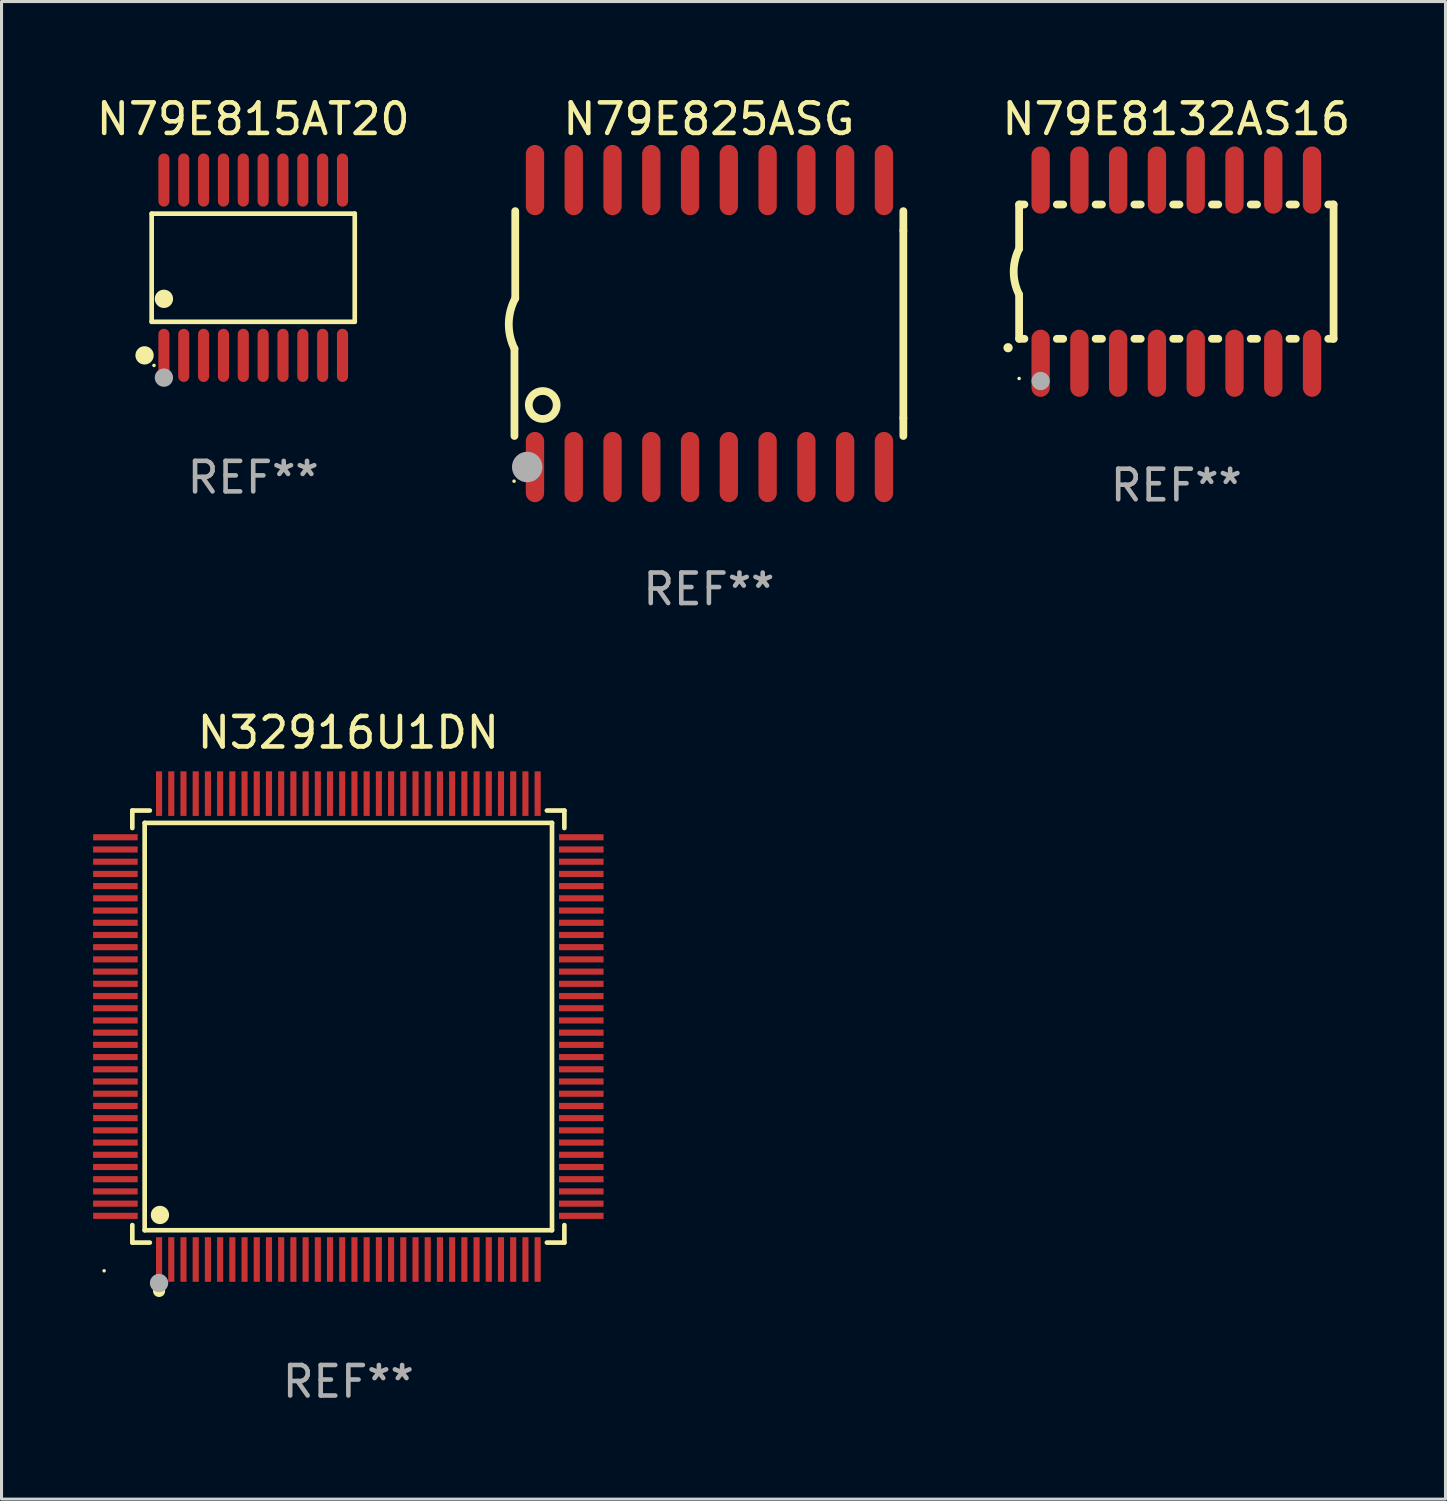
<source format=kicad_pcb>
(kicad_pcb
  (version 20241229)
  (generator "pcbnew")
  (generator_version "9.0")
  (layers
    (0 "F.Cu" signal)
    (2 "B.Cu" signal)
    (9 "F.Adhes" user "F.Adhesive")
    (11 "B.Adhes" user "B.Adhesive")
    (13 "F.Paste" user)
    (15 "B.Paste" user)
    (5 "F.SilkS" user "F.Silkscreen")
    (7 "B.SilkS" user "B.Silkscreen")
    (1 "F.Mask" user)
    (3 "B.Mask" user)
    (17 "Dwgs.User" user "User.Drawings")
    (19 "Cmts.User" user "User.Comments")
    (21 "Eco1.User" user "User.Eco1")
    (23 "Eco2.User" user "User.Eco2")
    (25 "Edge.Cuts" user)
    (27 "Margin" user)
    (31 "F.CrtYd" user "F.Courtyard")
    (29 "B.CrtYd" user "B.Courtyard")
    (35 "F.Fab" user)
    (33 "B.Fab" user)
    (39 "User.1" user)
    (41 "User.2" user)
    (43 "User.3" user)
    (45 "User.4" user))
  (footprint "N32916U1DN"
    (layer "F.Cu")
    (at 8.36 30.575)
    (property "Reference" "N32916U1DN" (at 0 -9.63 0) (layer "F.SilkS") (effects (font (size 1 1) (thickness 0.15))))
    (attr through_hole)
    (fp_line (start -7.076 -7.076) (end -6.503 -7.076) (stroke (width 0.152) (type solid)) (layer "F.SilkS"))
    (fp_line (start -7.076 -6.503) (end -7.076 -7.076) (stroke (width 0.152) (type solid)) (layer "F.SilkS"))
    (fp_line (start -7.076 6.503) (end -7.076 7.076) (stroke (width 0.152) (type solid)) (layer "F.SilkS"))
    (fp_line (start -7.076 7.076) (end -6.503 7.076) (stroke (width 0.152) (type solid)) (layer "F.SilkS"))
    (fp_line (start -6.671 -6.671) (end 6.671 -6.671) (stroke (width 0.152) (type solid)) (layer "F.SilkS"))
    (fp_line (start -6.671 6.671) (end -6.671 -6.671) (stroke (width 0.152) (type solid)) (layer "F.SilkS"))
    (fp_line (start 6.671 -6.671) (end 6.671 6.671) (stroke (width 0.152) (type solid)) (layer "F.SilkS"))
    (fp_line (start 6.671 6.671) (end -6.671 6.671) (stroke (width 0.152) (type solid)) (layer "F.SilkS"))
    (fp_line (start 7.076 -7.076) (end 6.503 -7.076) (stroke (width 0.152) (type solid)) (layer "F.SilkS"))
    (fp_line (start 7.076 -6.503) (end 7.076 -7.076) (stroke (width 0.152) (type solid)) (layer "F.SilkS"))
    (fp_line (start 7.076 6.503) (end 7.076 7.076) (stroke (width 0.152) (type solid)) (layer "F.SilkS"))
    (fp_line (start 7.076 7.076) (end 6.503 7.076) (stroke (width 0.152) (type solid)) (layer "F.SilkS"))
    (fp_circle (center -8 8) (end -7.97 8) (stroke (width 0.06) (type solid)) (fill no) (layer "F.SilkS"))
    (fp_circle (center -6.2 8.66) (end -6.1 8.66) (stroke (width 0.2) (type solid)) (fill no) (layer "F.SilkS"))
    (fp_circle (center -6.171 6.171) (end -6.021 6.171) (stroke (width 0.3) (type solid)) (fill no) (layer "F.SilkS"))
    (fp_circle (center -6.2 8.4) (end -6.05 8.4) (stroke (width 0.3) (type solid)) (fill no) (layer "F.Fab"))
    (fp_text user "REF**" (at 0 11.63 0) (layer "F.Fab") (effects (font (size 1 1) (thickness 0.15))))
    (pad "1" smd rect (at -6.2 7.63) (size 0.2 1.46) (layers "F.Cu" "F.Mask" "F.Paste"))
    (pad "2" smd rect (at -5.8 7.63) (size 0.2 1.46) (layers "F.Cu" "F.Mask" "F.Paste"))
    (pad "3" smd rect (at -5.4 7.63) (size 0.2 1.46) (layers "F.Cu" "F.Mask" "F.Paste"))
    (pad "4" smd rect (at -5 7.63) (size 0.2 1.46) (layers "F.Cu" "F.Mask" "F.Paste"))
    (pad "5" smd rect (at -4.6 7.63) (size 0.2 1.46) (layers "F.Cu" "F.Mask" "F.Paste"))
    (pad "6" smd rect (at -4.2 7.63) (size 0.2 1.46) (layers "F.Cu" "F.Mask" "F.Paste"))
    (pad "7" smd rect (at -3.8 7.63) (size 0.2 1.46) (layers "F.Cu" "F.Mask" "F.Paste"))
    (pad "8" smd rect (at -3.4 7.63) (size 0.2 1.46) (layers "F.Cu" "F.Mask" "F.Paste"))
    (pad "9" smd rect (at -3 7.63) (size 0.2 1.46) (layers "F.Cu" "F.Mask" "F.Paste"))
    (pad "10" smd rect (at -2.6 7.63) (size 0.2 1.46) (layers "F.Cu" "F.Mask" "F.Paste"))
    (pad "11" smd rect (at -2.2 7.63) (size 0.2 1.46) (layers "F.Cu" "F.Mask" "F.Paste"))
    (pad "12" smd rect (at -1.8 7.63) (size 0.2 1.46) (layers "F.Cu" "F.Mask" "F.Paste"))
    (pad "13" smd rect (at -1.4 7.63) (size 0.2 1.46) (layers "F.Cu" "F.Mask" "F.Paste"))
    (pad "14" smd rect (at -1 7.63) (size 0.2 1.46) (layers "F.Cu" "F.Mask" "F.Paste"))
    (pad "15" smd rect (at -0.6 7.63) (size 0.2 1.46) (layers "F.Cu" "F.Mask" "F.Paste"))
    (pad "16" smd rect (at -0.2 7.63) (size 0.2 1.46) (layers "F.Cu" "F.Mask" "F.Paste"))
    (pad "17" smd rect (at 0.2 7.63) (size 0.2 1.46) (layers "F.Cu" "F.Mask" "F.Paste"))
    (pad "18" smd rect (at 0.6 7.63) (size 0.2 1.46) (layers "F.Cu" "F.Mask" "F.Paste"))
    (pad "19" smd rect (at 1 7.63) (size 0.2 1.46) (layers "F.Cu" "F.Mask" "F.Paste"))
    (pad "20" smd rect (at 1.4 7.63) (size 0.2 1.46) (layers "F.Cu" "F.Mask" "F.Paste"))
    (pad "21" smd rect (at 1.8 7.63) (size 0.2 1.46) (layers "F.Cu" "F.Mask" "F.Paste"))
    (pad "22" smd rect (at 2.2 7.63) (size 0.2 1.46) (layers "F.Cu" "F.Mask" "F.Paste"))
    (pad "23" smd rect (at 2.6 7.63) (size 0.2 1.46) (layers "F.Cu" "F.Mask" "F.Paste"))
    (pad "24" smd rect (at 3 7.63) (size 0.2 1.46) (layers "F.Cu" "F.Mask" "F.Paste"))
    (pad "25" smd rect (at 3.4 7.63) (size 0.2 1.46) (layers "F.Cu" "F.Mask" "F.Paste"))
    (pad "26" smd rect (at 3.8 7.63) (size 0.2 1.46) (layers "F.Cu" "F.Mask" "F.Paste"))
    (pad "27" smd rect (at 4.2 7.63) (size 0.2 1.46) (layers "F.Cu" "F.Mask" "F.Paste"))
    (pad "28" smd rect (at 4.6 7.63) (size 0.2 1.46) (layers "F.Cu" "F.Mask" "F.Paste"))
    (pad "29" smd rect (at 5 7.63) (size 0.2 1.46) (layers "F.Cu" "F.Mask" "F.Paste"))
    (pad "30" smd rect (at 5.4 7.63) (size 0.2 1.46) (layers "F.Cu" "F.Mask" "F.Paste"))
    (pad "31" smd rect (at 5.8 7.63) (size 0.2 1.46) (layers "F.Cu" "F.Mask" "F.Paste"))
    (pad "32" smd rect (at 6.2 7.63) (size 0.2 1.46) (layers "F.Cu" "F.Mask" "F.Paste"))
    (pad "33" smd rect (at 7.63 6.2) (size 1.46 0.2) (layers "F.Cu" "F.Mask" "F.Paste"))
    (pad "34" smd rect (at 7.63 5.8) (size 1.46 0.2) (layers "F.Cu" "F.Mask" "F.Paste"))
    (pad "35" smd rect (at 7.63 5.4) (size 1.46 0.2) (layers "F.Cu" "F.Mask" "F.Paste"))
    (pad "36" smd rect (at 7.63 5) (size 1.46 0.2) (layers "F.Cu" "F.Mask" "F.Paste"))
    (pad "37" smd rect (at 7.63 4.6) (size 1.46 0.2) (layers "F.Cu" "F.Mask" "F.Paste"))
    (pad "38" smd rect (at 7.63 4.2) (size 1.46 0.2) (layers "F.Cu" "F.Mask" "F.Paste"))
    (pad "39" smd rect (at 7.63 3.8) (size 1.46 0.2) (layers "F.Cu" "F.Mask" "F.Paste"))
    (pad "40" smd rect (at 7.63 3.4) (size 1.46 0.2) (layers "F.Cu" "F.Mask" "F.Paste"))
    (pad "41" smd rect (at 7.63 3) (size 1.46 0.2) (layers "F.Cu" "F.Mask" "F.Paste"))
    (pad "42" smd rect (at 7.63 2.6) (size 1.46 0.2) (layers "F.Cu" "F.Mask" "F.Paste"))
    (pad "43" smd rect (at 7.63 2.2) (size 1.46 0.2) (layers "F.Cu" "F.Mask" "F.Paste"))
    (pad "44" smd rect (at 7.63 1.8) (size 1.46 0.2) (layers "F.Cu" "F.Mask" "F.Paste"))
    (pad "45" smd rect (at 7.63 1.4) (size 1.46 0.2) (layers "F.Cu" "F.Mask" "F.Paste"))
    (pad "46" smd rect (at 7.63 1) (size 1.46 0.2) (layers "F.Cu" "F.Mask" "F.Paste"))
    (pad "47" smd rect (at 7.63 0.6) (size 1.46 0.2) (layers "F.Cu" "F.Mask" "F.Paste"))
    (pad "48" smd rect (at 7.63 0.2) (size 1.46 0.2) (layers "F.Cu" "F.Mask" "F.Paste"))
    (pad "49" smd rect (at 7.63 -0.2) (size 1.46 0.2) (layers "F.Cu" "F.Mask" "F.Paste"))
    (pad "50" smd rect (at 7.63 -0.6) (size 1.46 0.2) (layers "F.Cu" "F.Mask" "F.Paste"))
    (pad "51" smd rect (at 7.63 -1) (size 1.46 0.2) (layers "F.Cu" "F.Mask" "F.Paste"))
    (pad "52" smd rect (at 7.63 -1.4) (size 1.46 0.2) (layers "F.Cu" "F.Mask" "F.Paste"))
    (pad "53" smd rect (at 7.63 -1.8) (size 1.46 0.2) (layers "F.Cu" "F.Mask" "F.Paste"))
    (pad "54" smd rect (at 7.63 -2.2) (size 1.46 0.2) (layers "F.Cu" "F.Mask" "F.Paste"))
    (pad "55" smd rect (at 7.63 -2.6) (size 1.46 0.2) (layers "F.Cu" "F.Mask" "F.Paste"))
    (pad "56" smd rect (at 7.63 -3) (size 1.46 0.2) (layers "F.Cu" "F.Mask" "F.Paste"))
    (pad "57" smd rect (at 7.63 -3.4) (size 1.46 0.2) (layers "F.Cu" "F.Mask" "F.Paste"))
    (pad "58" smd rect (at 7.63 -3.8) (size 1.46 0.2) (layers "F.Cu" "F.Mask" "F.Paste"))
    (pad "59" smd rect (at 7.63 -4.2) (size 1.46 0.2) (layers "F.Cu" "F.Mask" "F.Paste"))
    (pad "60" smd rect (at 7.63 -4.6) (size 1.46 0.2) (layers "F.Cu" "F.Mask" "F.Paste"))
    (pad "61" smd rect (at 7.63 -5) (size 1.46 0.2) (layers "F.Cu" "F.Mask" "F.Paste"))
    (pad "62" smd rect (at 7.63 -5.4) (size 1.46 0.2) (layers "F.Cu" "F.Mask" "F.Paste"))
    (pad "63" smd rect (at 7.63 -5.8) (size 1.46 0.2) (layers "F.Cu" "F.Mask" "F.Paste"))
    (pad "64" smd rect (at 7.63 -6.2) (size 1.46 0.2) (layers "F.Cu" "F.Mask" "F.Paste"))
    (pad "65" smd rect (at 6.2 -7.63) (size 0.2 1.46) (layers "F.Cu" "F.Mask" "F.Paste"))
    (pad "66" smd rect (at 5.8 -7.63) (size 0.2 1.46) (layers "F.Cu" "F.Mask" "F.Paste"))
    (pad "67" smd rect (at 5.4 -7.63) (size 0.2 1.46) (layers "F.Cu" "F.Mask" "F.Paste"))
    (pad "68" smd rect (at 5 -7.63) (size 0.2 1.46) (layers "F.Cu" "F.Mask" "F.Paste"))
    (pad "69" smd rect (at 4.6 -7.63) (size 0.2 1.46) (layers "F.Cu" "F.Mask" "F.Paste"))
    (pad "70" smd rect (at 4.2 -7.63) (size 0.2 1.46) (layers "F.Cu" "F.Mask" "F.Paste"))
    (pad "71" smd rect (at 3.8 -7.63) (size 0.2 1.46) (layers "F.Cu" "F.Mask" "F.Paste"))
    (pad "72" smd rect (at 3.4 -7.63) (size 0.2 1.46) (layers "F.Cu" "F.Mask" "F.Paste"))
    (pad "73" smd rect (at 3 -7.63) (size 0.2 1.46) (layers "F.Cu" "F.Mask" "F.Paste"))
    (pad "74" smd rect (at 2.6 -7.63) (size 0.2 1.46) (layers "F.Cu" "F.Mask" "F.Paste"))
    (pad "75" smd rect (at 2.2 -7.63) (size 0.2 1.46) (layers "F.Cu" "F.Mask" "F.Paste"))
    (pad "76" smd rect (at 1.8 -7.63) (size 0.2 1.46) (layers "F.Cu" "F.Mask" "F.Paste"))
    (pad "77" smd rect (at 1.4 -7.63) (size 0.2 1.46) (layers "F.Cu" "F.Mask" "F.Paste"))
    (pad "78" smd rect (at 1 -7.63) (size 0.2 1.46) (layers "F.Cu" "F.Mask" "F.Paste"))
    (pad "79" smd rect (at 0.6 -7.63) (size 0.2 1.46) (layers "F.Cu" "F.Mask" "F.Paste"))
    (pad "80" smd rect (at 0.2 -7.63) (size 0.2 1.46) (layers "F.Cu" "F.Mask" "F.Paste"))
    (pad "81" smd rect (at -0.2 -7.63) (size 0.2 1.46) (layers "F.Cu" "F.Mask" "F.Paste"))
    (pad "82" smd rect (at -0.6 -7.63) (size 0.2 1.46) (layers "F.Cu" "F.Mask" "F.Paste"))
    (pad "83" smd rect (at -1 -7.63) (size 0.2 1.46) (layers "F.Cu" "F.Mask" "F.Paste"))
    (pad "84" smd rect (at -1.4 -7.63) (size 0.2 1.46) (layers "F.Cu" "F.Mask" "F.Paste"))
    (pad "85" smd rect (at -1.8 -7.63) (size 0.2 1.46) (layers "F.Cu" "F.Mask" "F.Paste"))
    (pad "86" smd rect (at -2.2 -7.63) (size 0.2 1.46) (layers "F.Cu" "F.Mask" "F.Paste"))
    (pad "87" smd rect (at -2.6 -7.63) (size 0.2 1.46) (layers "F.Cu" "F.Mask" "F.Paste"))
    (pad "88" smd rect (at -3 -7.63) (size 0.2 1.46) (layers "F.Cu" "F.Mask" "F.Paste"))
    (pad "89" smd rect (at -3.4 -7.63) (size 0.2 1.46) (layers "F.Cu" "F.Mask" "F.Paste"))
    (pad "90" smd rect (at -3.8 -7.63) (size 0.2 1.46) (layers "F.Cu" "F.Mask" "F.Paste"))
    (pad "91" smd rect (at -4.2 -7.63) (size 0.2 1.46) (layers "F.Cu" "F.Mask" "F.Paste"))
    (pad "92" smd rect (at -4.6 -7.63) (size 0.2 1.46) (layers "F.Cu" "F.Mask" "F.Paste"))
    (pad "93" smd rect (at -5 -7.63) (size 0.2 1.46) (layers "F.Cu" "F.Mask" "F.Paste"))
    (pad "94" smd rect (at -5.4 -7.63) (size 0.2 1.46) (layers "F.Cu" "F.Mask" "F.Paste"))
    (pad "95" smd rect (at -5.8 -7.63) (size 0.2 1.46) (layers "F.Cu" "F.Mask" "F.Paste"))
    (pad "96" smd rect (at -6.2 -7.63) (size 0.2 1.46) (layers "F.Cu" "F.Mask" "F.Paste"))
    (pad "97" smd rect (at -7.63 -6.2) (size 1.46 0.2) (layers "F.Cu" "F.Mask" "F.Paste"))
    (pad "98" smd rect (at -7.63 -5.8) (size 1.46 0.2) (layers "F.Cu" "F.Mask" "F.Paste"))
    (pad "99" smd rect (at -7.63 -5.4) (size 1.46 0.2) (layers "F.Cu" "F.Mask" "F.Paste"))
    (pad "100" smd rect (at -7.63 -5) (size 1.46 0.2) (layers "F.Cu" "F.Mask" "F.Paste"))
    (pad "101" smd rect (at -7.63 -4.6) (size 1.46 0.2) (layers "F.Cu" "F.Mask" "F.Paste"))
    (pad "102" smd rect (at -7.63 -4.2) (size 1.46 0.2) (layers "F.Cu" "F.Mask" "F.Paste"))
    (pad "103" smd rect (at -7.63 -3.8) (size 1.46 0.2) (layers "F.Cu" "F.Mask" "F.Paste"))
    (pad "104" smd rect (at -7.63 -3.4) (size 1.46 0.2) (layers "F.Cu" "F.Mask" "F.Paste"))
    (pad "105" smd rect (at -7.63 -3) (size 1.46 0.2) (layers "F.Cu" "F.Mask" "F.Paste"))
    (pad "106" smd rect (at -7.63 -2.6) (size 1.46 0.2) (layers "F.Cu" "F.Mask" "F.Paste"))
    (pad "107" smd rect (at -7.63 -2.2) (size 1.46 0.2) (layers "F.Cu" "F.Mask" "F.Paste"))
    (pad "108" smd rect (at -7.63 -1.8) (size 1.46 0.2) (layers "F.Cu" "F.Mask" "F.Paste"))
    (pad "109" smd rect (at -7.63 -1.4) (size 1.46 0.2) (layers "F.Cu" "F.Mask" "F.Paste"))
    (pad "110" smd rect (at -7.63 -1) (size 1.46 0.2) (layers "F.Cu" "F.Mask" "F.Paste"))
    (pad "111" smd rect (at -7.63 -0.6) (size 1.46 0.2) (layers "F.Cu" "F.Mask" "F.Paste"))
    (pad "112" smd rect (at -7.63 -0.2) (size 1.46 0.2) (layers "F.Cu" "F.Mask" "F.Paste"))
    (pad "113" smd rect (at -7.63 0.2) (size 1.46 0.2) (layers "F.Cu" "F.Mask" "F.Paste"))
    (pad "114" smd rect (at -7.63 0.6) (size 1.46 0.2) (layers "F.Cu" "F.Mask" "F.Paste"))
    (pad "115" smd rect (at -7.63 1) (size 1.46 0.2) (layers "F.Cu" "F.Mask" "F.Paste"))
    (pad "116" smd rect (at -7.63 1.4) (size 1.46 0.2) (layers "F.Cu" "F.Mask" "F.Paste"))
    (pad "117" smd rect (at -7.63 1.8) (size 1.46 0.2) (layers "F.Cu" "F.Mask" "F.Paste"))
    (pad "118" smd rect (at -7.63 2.2) (size 1.46 0.2) (layers "F.Cu" "F.Mask" "F.Paste"))
    (pad "119" smd rect (at -7.63 2.6) (size 1.46 0.2) (layers "F.Cu" "F.Mask" "F.Paste"))
    (pad "120" smd rect (at -7.63 3) (size 1.46 0.2) (layers "F.Cu" "F.Mask" "F.Paste"))
    (pad "121" smd rect (at -7.63 3.4) (size 1.46 0.2) (layers "F.Cu" "F.Mask" "F.Paste"))
    (pad "122" smd rect (at -7.63 3.8) (size 1.46 0.2) (layers "F.Cu" "F.Mask" "F.Paste"))
    (pad "123" smd rect (at -7.63 4.2) (size 1.46 0.2) (layers "F.Cu" "F.Mask" "F.Paste"))
    (pad "124" smd rect (at -7.63 4.6) (size 1.46 0.2) (layers "F.Cu" "F.Mask" "F.Paste"))
    (pad "125" smd rect (at -7.63 5) (size 1.46 0.2) (layers "F.Cu" "F.Mask" "F.Paste"))
    (pad "126" smd rect (at -7.63 5.4) (size 1.46 0.2) (layers "F.Cu" "F.Mask" "F.Paste"))
    (pad "127" smd rect (at -7.63 5.8) (size 1.46 0.2) (layers "F.Cu" "F.Mask" "F.Paste"))
    (pad "128" smd rect (at -7.63 6.2) (size 1.46 0.2) (layers "F.Cu" "F.Mask" "F.Paste")))
  (footprint "N79E825ASG"
    (layer "F.Cu")
    (at 20.17 7.548)
    (property "Reference" "N79E825ASG" (at 0 -6.7 0) (layer "F.SilkS") (effects (font (size 1 1) (thickness 0.15))))
    (attr through_hole)
    (fp_line (start -6.369 0.826) (end -6.369 3.683) (stroke (width 0.254) (type solid)) (layer "F.SilkS"))
    (fp_line (start -6.343 -0.825) (end -6.343 -3.683) (stroke (width 0.254) (type solid)) (layer "F.SilkS"))
    (fp_line (start 6.369 -3.048) (end 6.369 -3.683) (stroke (width 0.254) (type solid)) (layer "F.SilkS"))
    (fp_line (start 6.369 -3.048) (end 6.369 3.096) (stroke (width 0.254) (type solid)) (layer "F.SilkS"))
    (fp_line (start 6.369 3.096) (end 6.369 3.683) (stroke (width 0.254) (type solid)) (layer "F.SilkS"))
    (fp_arc (start -6.36853 0.825552) (mid -6.554743 -0.00301) (end -6.343129 -0.825451) (stroke (width 0.254001) (type solid)) (layer "F.SilkS"))
    (fp_circle (center -6.382 5.163) (end -6.352 5.163) (stroke (width 0.06) (type solid)) (fill no) (layer "F.SilkS"))
    (fp_circle (center -5.443 2.667) (end -4.985 2.667) (stroke (width 0.254) (type solid)) (fill no) (layer "F.SilkS"))
    (fp_circle (center -5.951 4.699) (end -5.701 4.699) (stroke (width 0.5) (type solid)) (fill no) (layer "F.Fab"))
    (fp_text user "REF**" (at 0 8.7 0) (layer "F.Fab") (effects (font (size 1 1) (thickness 0.15))))
    (pad "1" smd oval (at -5.697 4.7 180) (size 0.6 2.3) (layers "F.Cu" "F.Mask" "F.Paste"))
    (pad "2" smd oval (at -4.427 4.7 180) (size 0.6 2.3) (layers "F.Cu" "F.Mask" "F.Paste"))
    (pad "3" smd oval (at -3.157 4.7 180) (size 0.6 2.3) (layers "F.Cu" "F.Mask" "F.Paste"))
    (pad "4" smd oval (at -1.887 4.7 180) (size 0.6 2.3) (layers "F.Cu" "F.Mask" "F.Paste"))
    (pad "5" smd oval (at -0.617 4.7 180) (size 0.6 2.3) (layers "F.Cu" "F.Mask" "F.Paste"))
    (pad "6" smd oval (at 0.653 4.7 180) (size 0.6 2.3) (layers "F.Cu" "F.Mask" "F.Paste"))
    (pad "7" smd oval (at 1.923 4.7 180) (size 0.6 2.3) (layers "F.Cu" "F.Mask" "F.Paste"))
    (pad "8" smd oval (at 3.193 4.7 180) (size 0.6 2.3) (layers "F.Cu" "F.Mask" "F.Paste"))
    (pad "9" smd oval (at 4.463 4.7 180) (size 0.6 2.3) (layers "F.Cu" "F.Mask" "F.Paste"))
    (pad "10" smd oval (at 5.734 4.7 180) (size 0.6 2.3) (layers "F.Cu" "F.Mask" "F.Paste"))
    (pad "11" smd oval (at 5.734 -4.7 180) (size 0.6 2.3) (layers "F.Cu" "F.Mask" "F.Paste"))
    (pad "12" smd oval (at 4.463 -4.7 180) (size 0.6 2.3) (layers "F.Cu" "F.Mask" "F.Paste"))
    (pad "13" smd oval (at 3.193 -4.7 180) (size 0.6 2.3) (layers "F.Cu" "F.Mask" "F.Paste"))
    (pad "14" smd oval (at 1.923 -4.7 180) (size 0.6 2.3) (layers "F.Cu" "F.Mask" "F.Paste"))
    (pad "15" smd oval (at 0.653 -4.7 180) (size 0.6 2.3) (layers "F.Cu" "F.Mask" "F.Paste"))
    (pad "16" smd oval (at -0.617 -4.7 180) (size 0.6 2.3) (layers "F.Cu" "F.Mask" "F.Paste"))
    (pad "17" smd oval (at -1.887 -4.7 180) (size 0.6 2.3) (layers "F.Cu" "F.Mask" "F.Paste"))
    (pad "18" smd oval (at -3.157 -4.7 180) (size 0.6 2.3) (layers "F.Cu" "F.Mask" "F.Paste"))
    (pad "19" smd oval (at -4.427 -4.7 180) (size 0.6 2.3) (layers "F.Cu" "F.Mask" "F.Paste"))
    (pad "20" smd oval (at -5.697 -4.7 180) (size 0.6 2.3) (layers "F.Cu" "F.Mask" "F.Paste")))
  (footprint "N79E8132AS16"
    (layer "F.Cu")
    (at 35.481 5.848)
    (property "Reference" "N79E8132AS16" (at 0 -5 0) (layer "F.SilkS") (effects (font (size 1 1) (thickness 0.15))))
    (attr through_hole)
    (fp_line (start -5.15 -2.2) (end -5.15 -0.75) (stroke (width 0.254) (type solid)) (layer "F.SilkS"))
    (fp_line (start -5.15 -2.2) (end -4.976 -2.2) (stroke (width 0.254) (type solid)) (layer "F.SilkS"))
    (fp_line (start -5.15 2.2) (end -5.15 0.75) (stroke (width 0.254) (type solid)) (layer "F.SilkS"))
    (fp_line (start -5.15 2.2) (end -4.976 2.2) (stroke (width 0.254) (type solid)) (layer "F.SilkS"))
    (fp_line (start -3.914 -2.2) (end -3.706 -2.2) (stroke (width 0.254) (type solid)) (layer "F.SilkS"))
    (fp_line (start -3.914 2.2) (end -3.706 2.2) (stroke (width 0.254) (type solid)) (layer "F.SilkS"))
    (fp_line (start -2.644 -2.2) (end -2.436 -2.2) (stroke (width 0.254) (type solid)) (layer "F.SilkS"))
    (fp_line (start -2.644 2.2) (end -2.436 2.2) (stroke (width 0.254) (type solid)) (layer "F.SilkS"))
    (fp_line (start -1.374 -2.2) (end -1.166 -2.2) (stroke (width 0.254) (type solid)) (layer "F.SilkS"))
    (fp_line (start -1.374 2.2) (end -1.166 2.2) (stroke (width 0.254) (type solid)) (layer "F.SilkS"))
    (fp_line (start -0.104 -2.2) (end 0.104 -2.2) (stroke (width 0.254) (type solid)) (layer "F.SilkS"))
    (fp_line (start -0.104 2.2) (end 0.104 2.2) (stroke (width 0.254) (type solid)) (layer "F.SilkS"))
    (fp_line (start 1.166 -2.2) (end 1.374 -2.2) (stroke (width 0.254) (type solid)) (layer "F.SilkS"))
    (fp_line (start 1.166 2.2) (end 1.374 2.2) (stroke (width 0.254) (type solid)) (layer "F.SilkS"))
    (fp_line (start 2.436 -2.2) (end 2.644 -2.2) (stroke (width 0.254) (type solid)) (layer "F.SilkS"))
    (fp_line (start 2.436 2.2) (end 2.644 2.2) (stroke (width 0.254) (type solid)) (layer "F.SilkS"))
    (fp_line (start 3.706 -2.2) (end 3.914 -2.2) (stroke (width 0.254) (type solid)) (layer "F.SilkS"))
    (fp_line (start 3.706 2.2) (end 3.914 2.2) (stroke (width 0.254) (type solid)) (layer "F.SilkS"))
    (fp_line (start 4.976 -2.2) (end 5.15 -2.2) (stroke (width 0.254) (type solid)) (layer "F.SilkS"))
    (fp_line (start 4.976 2.2) (end 5.15 2.2) (stroke (width 0.254) (type solid)) (layer "F.SilkS"))
    (fp_line (start 5.15 2.2) (end 5.15 -2.2) (stroke (width 0.254) (type solid)) (layer "F.SilkS"))
    (fp_arc (start -5.513081 2.491618) (mid -5.511811 2.491613) (end -5.510541 2.491618) (stroke (width 0.3) (type solid)) (layer "F.SilkS"))
    (fp_arc (start -5.15047 0.751207) (mid -5.327506 0.000556) (end -5.150013 -0.749987) (stroke (width 0.254001) (type solid)) (layer "F.SilkS"))
    (fp_circle (center -5.15 3.5) (end -5.12 3.5) (stroke (width 0.06) (type solid)) (fill no) (layer "F.SilkS"))
    (fp_circle (center -4.445 3.582) (end -4.295 3.582) (stroke (width 0.3) (type solid)) (fill no) (layer "F.Fab"))
    (fp_text user "REF**" (at 0 7 0) (layer "F.Fab") (effects (font (size 1 1) (thickness 0.15))))
    (pad "1" smd oval (at -4.445 3 180) (size 0.6 2.2) (layers "F.Cu" "F.Mask" "F.Paste"))
    (pad "2" smd oval (at -3.175 3 180) (size 0.6 2.2) (layers "F.Cu" "F.Mask" "F.Paste"))
    (pad "3" smd oval (at -1.905 3 180) (size 0.6 2.2) (layers "F.Cu" "F.Mask" "F.Paste"))
    (pad "4" smd oval (at -0.635 3 180) (size 0.6 2.2) (layers "F.Cu" "F.Mask" "F.Paste"))
    (pad "5" smd oval (at 0.635 3 180) (size 0.6 2.2) (layers "F.Cu" "F.Mask" "F.Paste"))
    (pad "6" smd oval (at 1.905 3 180) (size 0.6 2.2) (layers "F.Cu" "F.Mask" "F.Paste"))
    (pad "7" smd oval (at 3.175 3 180) (size 0.6 2.2) (layers "F.Cu" "F.Mask" "F.Paste"))
    (pad "8" smd oval (at 4.445 3 180) (size 0.6 2.2) (layers "F.Cu" "F.Mask" "F.Paste"))
    (pad "9" smd oval (at 4.445 -3 180) (size 0.6 2.2) (layers "F.Cu" "F.Mask" "F.Paste"))
    (pad "10" smd oval (at 3.175 -3 180) (size 0.6 2.2) (layers "F.Cu" "F.Mask" "F.Paste"))
    (pad "11" smd oval (at 1.905 -3 180) (size 0.6 2.2) (layers "F.Cu" "F.Mask" "F.Paste"))
    (pad "12" smd oval (at 0.635 -3 180) (size 0.6 2.2) (layers "F.Cu" "F.Mask" "F.Paste"))
    (pad "13" smd oval (at -0.635 -3 180) (size 0.6 2.2) (layers "F.Cu" "F.Mask" "F.Paste"))
    (pad "14" smd oval (at -1.905 -3 180) (size 0.6 2.2) (layers "F.Cu" "F.Mask" "F.Paste"))
    (pad "15" smd oval (at -3.175 -3 180) (size 0.6 2.2) (layers "F.Cu" "F.Mask" "F.Paste"))
    (pad "16" smd oval (at -4.445 -3 180) (size 0.6 2.2) (layers "F.Cu" "F.Mask" "F.Paste")))
  (footprint "N79E815AT20"
    (layer "F.Cu")
    (at 5.244 5.719)
    (property "Reference" "N79E815AT20" (at 0 -4.871 0) (layer "F.SilkS") (effects (font (size 1 1) (thickness 0.15))))
    (attr through_hole)
    (fp_line (start -3.326 -1.771) (end 3.326 -1.771) (stroke (width 0.152) (type solid)) (layer "F.SilkS"))
    (fp_line (start -3.326 1.771) (end -3.326 -1.771) (stroke (width 0.152) (type solid)) (layer "F.SilkS"))
    (fp_line (start 3.326 -1.771) (end 3.326 1.771) (stroke (width 0.152) (type solid)) (layer "F.SilkS"))
    (fp_line (start 3.326 1.771) (end -3.326 1.771) (stroke (width 0.152) (type solid)) (layer "F.SilkS"))
    (fp_circle (center -3.559 2.871) (end -3.409 2.871) (stroke (width 0.3) (type solid)) (fill no) (layer "F.SilkS"))
    (fp_circle (center -3.25 3.2) (end -3.22 3.2) (stroke (width 0.06) (type solid)) (fill no) (layer "F.SilkS"))
    (fp_circle (center -2.925 1.019) (end -2.775 1.019) (stroke (width 0.3) (type solid)) (fill no) (layer "F.SilkS"))
    (fp_circle (center -2.925 3.6) (end -2.775 3.6) (stroke (width 0.3) (type solid)) (fill no) (layer "F.Fab"))
    (fp_text user "REF**" (at 0 6.871 0) (layer "F.Fab") (effects (font (size 1 1) (thickness 0.15))))
    (pad "1" smd oval (at -2.925 2.871) (size 0.364 1.742) (layers "F.Cu" "F.Mask" "F.Paste"))
    (pad "2" smd oval (at -2.275 2.871) (size 0.364 1.742) (layers "F.Cu" "F.Mask" "F.Paste"))
    (pad "3" smd oval (at -1.625 2.871) (size 0.364 1.742) (layers "F.Cu" "F.Mask" "F.Paste"))
    (pad "4" smd oval (at -0.975 2.871) (size 0.364 1.742) (layers "F.Cu" "F.Mask" "F.Paste"))
    (pad "5" smd oval (at -0.325 2.871) (size 0.364 1.742) (layers "F.Cu" "F.Mask" "F.Paste"))
    (pad "6" smd oval (at 0.325 2.871) (size 0.364 1.742) (layers "F.Cu" "F.Mask" "F.Paste"))
    (pad "7" smd oval (at 0.975 2.871) (size 0.364 1.742) (layers "F.Cu" "F.Mask" "F.Paste"))
    (pad "8" smd oval (at 1.625 2.871) (size 0.364 1.742) (layers "F.Cu" "F.Mask" "F.Paste"))
    (pad "9" smd oval (at 2.275 2.871) (size 0.364 1.742) (layers "F.Cu" "F.Mask" "F.Paste"))
    (pad "10" smd oval (at 2.925 2.871) (size 0.364 1.742) (layers "F.Cu" "F.Mask" "F.Paste"))
    (pad "11" smd oval (at 2.925 -2.871) (size 0.364 1.742) (layers "F.Cu" "F.Mask" "F.Paste"))
    (pad "12" smd oval (at 2.275 -2.871) (size 0.364 1.742) (layers "F.Cu" "F.Mask" "F.Paste"))
    (pad "13" smd oval (at 1.625 -2.871) (size 0.364 1.742) (layers "F.Cu" "F.Mask" "F.Paste"))
    (pad "14" smd oval (at 0.975 -2.871) (size 0.364 1.742) (layers "F.Cu" "F.Mask" "F.Paste"))
    (pad "15" smd oval (at 0.325 -2.871) (size 0.364 1.742) (layers "F.Cu" "F.Mask" "F.Paste"))
    (pad "16" smd oval (at -0.325 -2.871) (size 0.364 1.742) (layers "F.Cu" "F.Mask" "F.Paste"))
    (pad "17" smd oval (at -0.975 -2.871) (size 0.364 1.742) (layers "F.Cu" "F.Mask" "F.Paste"))
    (pad "18" smd oval (at -1.625 -2.871) (size 0.364 1.742) (layers "F.Cu" "F.Mask" "F.Paste"))
    (pad "19" smd oval (at -2.275 -2.871) (size 0.364 1.742) (layers "F.Cu" "F.Mask" "F.Paste"))
    (pad "20" smd oval (at -2.925 -2.871) (size 0.364 1.742) (layers "F.Cu" "F.Mask" "F.Paste")))
  (gr_rect
    (start -3 -3)
    (end 44.297 46.053)
    (stroke (width 0.1) (type default))
    (fill no)
    (layer "Edge.Cuts")))
</source>
